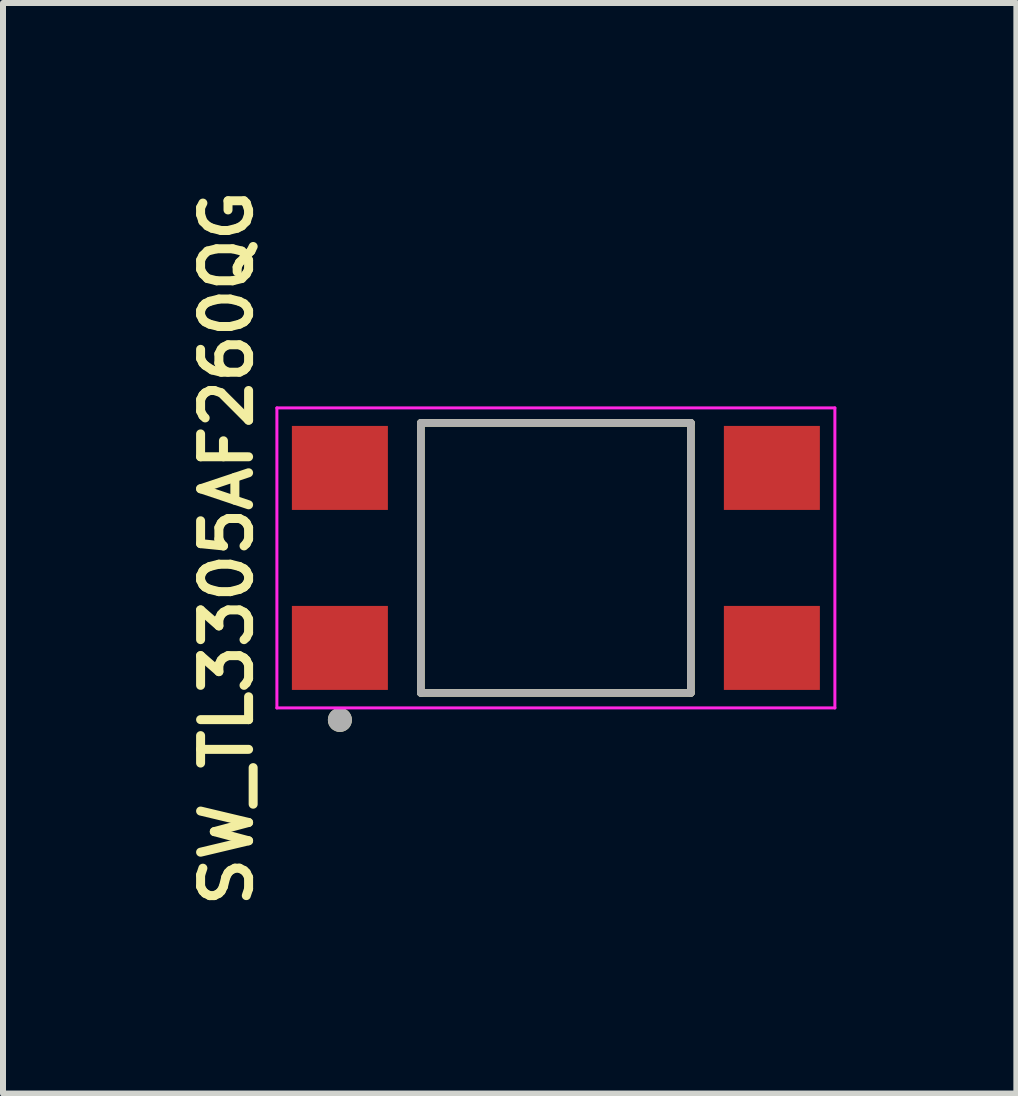
<source format=kicad_pcb>
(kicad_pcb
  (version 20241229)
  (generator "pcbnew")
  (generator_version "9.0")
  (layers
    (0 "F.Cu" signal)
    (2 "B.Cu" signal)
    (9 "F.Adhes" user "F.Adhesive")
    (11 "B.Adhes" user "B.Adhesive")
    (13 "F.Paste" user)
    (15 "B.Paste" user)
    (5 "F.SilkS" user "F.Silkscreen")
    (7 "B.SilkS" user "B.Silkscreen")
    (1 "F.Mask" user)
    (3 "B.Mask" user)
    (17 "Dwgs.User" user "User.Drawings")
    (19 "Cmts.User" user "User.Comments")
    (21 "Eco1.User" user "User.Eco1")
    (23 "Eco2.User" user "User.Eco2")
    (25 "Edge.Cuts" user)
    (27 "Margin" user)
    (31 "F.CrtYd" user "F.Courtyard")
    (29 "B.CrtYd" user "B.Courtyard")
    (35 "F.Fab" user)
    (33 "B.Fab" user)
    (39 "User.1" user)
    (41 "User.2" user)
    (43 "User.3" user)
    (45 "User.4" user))
  (footprint "SW_TL3305AF260QG"
    (layer "F.Cu")
    (at 6.215 6.249)
    (property "Reference" "SW_TL3305AF260QG" (at -5.484 -0.162 90) (layer "F.SilkS") (effects (font (size 0.8 0.8) (thickness 0.15))))
    (attr smd)
    (fp_line (start -2.25 2.25) (end -2.25 -2.25) (stroke (width 0.127) (type solid)) (layer "F.SilkS"))
    (fp_line (start -2.25 2.25) (end 2.25 2.25) (stroke (width 0.127) (type solid)) (layer "F.SilkS"))
    (fp_line (start 2.25 -2.25) (end -2.25 -2.25) (stroke (width 0.127) (type solid)) (layer "F.SilkS"))
    (fp_line (start 2.25 -2.25) (end 2.25 2.25) (stroke (width 0.127) (type solid)) (layer "F.SilkS"))
    (fp_circle (center -3.6 2.7) (end -3.6 2.6) (stroke (width 0.2) (type solid)) (fill no) (layer "F.SilkS"))
    (fp_line (start -4.65 2.5) (end -4.65 -2.5) (stroke (width 0.05) (type solid)) (layer "F.CrtYd"))
    (fp_line (start -4.65 2.5) (end 4.65 2.5) (stroke (width 0.05) (type solid)) (layer "F.CrtYd"))
    (fp_line (start 4.65 -2.5) (end -4.65 -2.5) (stroke (width 0.05) (type solid)) (layer "F.CrtYd"))
    (fp_line (start 4.65 -2.5) (end 4.65 2.5) (stroke (width 0.05) (type solid)) (layer "F.CrtYd"))
    (fp_line (start -2.25 2.25) (end -2.25 -2.25) (stroke (width 0.127) (type solid)) (layer "F.Fab"))
    (fp_line (start -2.25 2.25) (end 2.25 2.25) (stroke (width 0.127) (type solid)) (layer "F.Fab"))
    (fp_line (start 2.25 -2.25) (end -2.25 -2.25) (stroke (width 0.127) (type solid)) (layer "F.Fab"))
    (fp_line (start 2.25 -2.25) (end 2.25 2.25) (stroke (width 0.127) (type solid)) (layer "F.Fab"))
    (fp_circle (center -3.6 2.7) (end -3.6 2.6) (stroke (width 0.2) (type solid)) (fill no) (layer "F.Fab"))
    (pad "1" smd rect (at -3.6 1.5 90) (size 1.4 1.6) (layers "F.Cu" "F.Mask" "F.Paste"))
    (pad "2" smd rect (at 3.6 1.5 90) (size 1.4 1.6) (layers "F.Cu" "F.Mask" "F.Paste"))
    (pad "3" smd rect (at -3.6 -1.5 90) (size 1.4 1.6) (layers "F.Cu" "F.Mask" "F.Paste"))
    (pad "4" smd rect (at 3.6 -1.5 90) (size 1.4 1.6) (layers "F.Cu" "F.Mask" "F.Paste")))
  (gr_rect
    (start -3 -3)
    (end 13.89 15.176)
    (stroke (width 0.1) (type default))
    (fill no)
    (layer "Edge.Cuts")))
</source>
